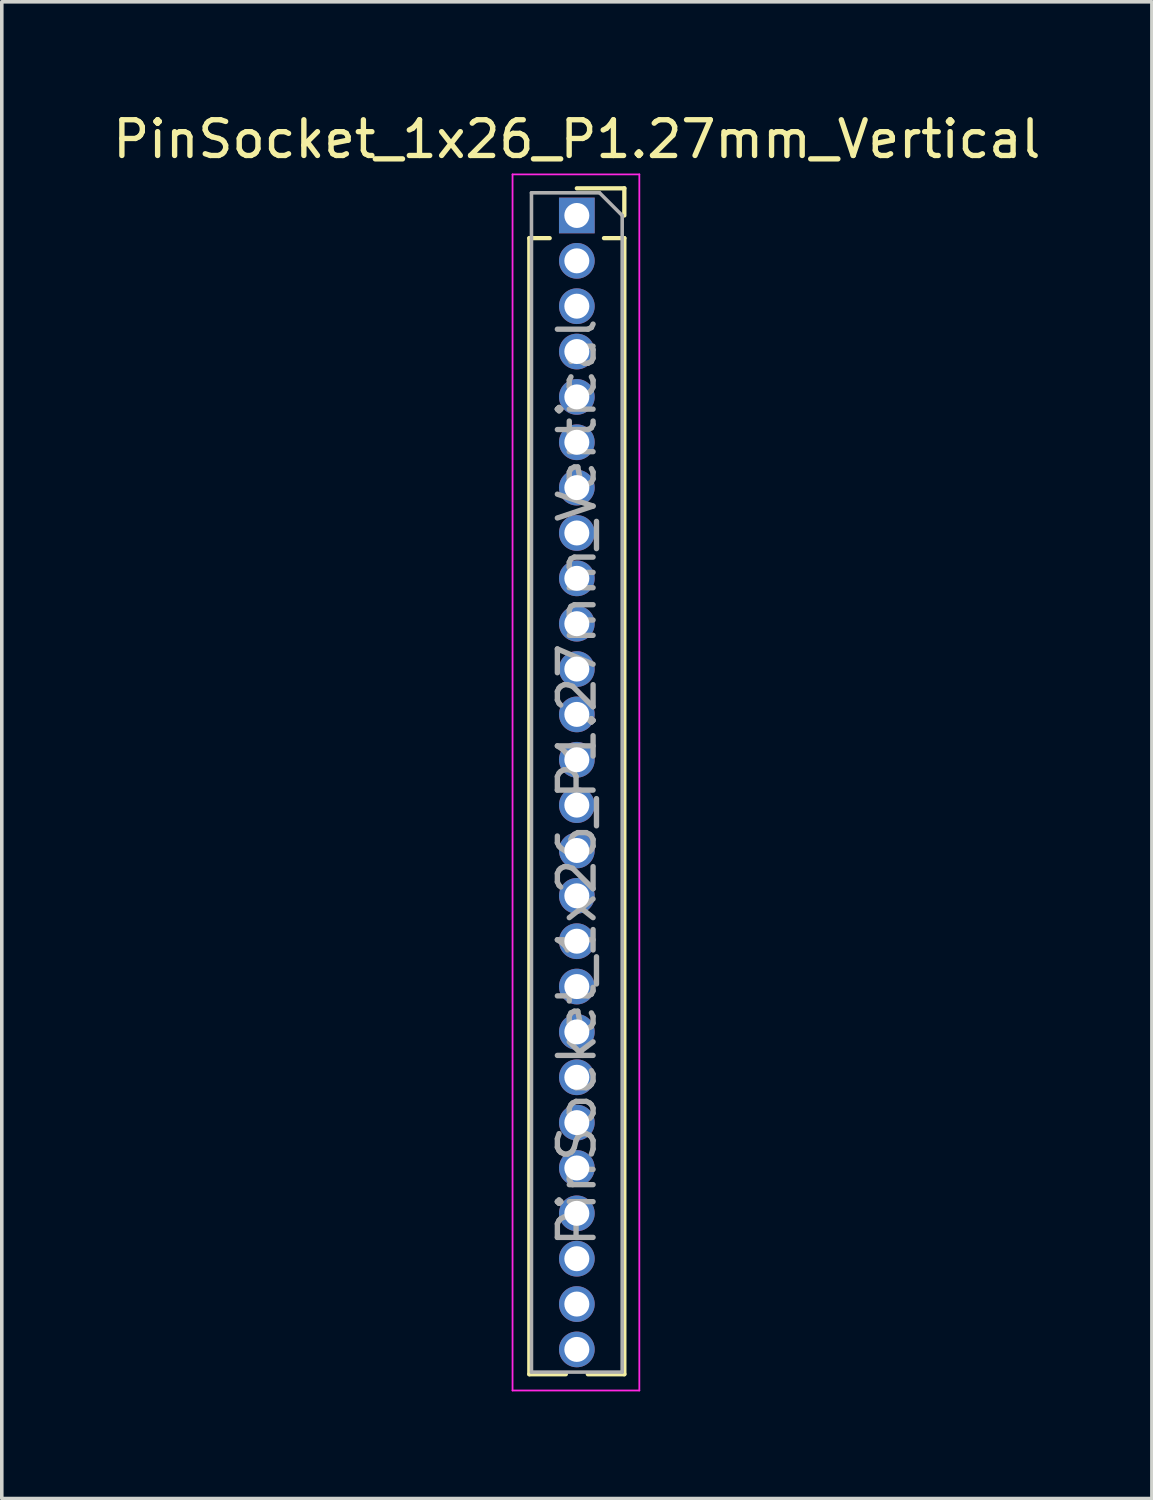
<source format=kicad_pcb>
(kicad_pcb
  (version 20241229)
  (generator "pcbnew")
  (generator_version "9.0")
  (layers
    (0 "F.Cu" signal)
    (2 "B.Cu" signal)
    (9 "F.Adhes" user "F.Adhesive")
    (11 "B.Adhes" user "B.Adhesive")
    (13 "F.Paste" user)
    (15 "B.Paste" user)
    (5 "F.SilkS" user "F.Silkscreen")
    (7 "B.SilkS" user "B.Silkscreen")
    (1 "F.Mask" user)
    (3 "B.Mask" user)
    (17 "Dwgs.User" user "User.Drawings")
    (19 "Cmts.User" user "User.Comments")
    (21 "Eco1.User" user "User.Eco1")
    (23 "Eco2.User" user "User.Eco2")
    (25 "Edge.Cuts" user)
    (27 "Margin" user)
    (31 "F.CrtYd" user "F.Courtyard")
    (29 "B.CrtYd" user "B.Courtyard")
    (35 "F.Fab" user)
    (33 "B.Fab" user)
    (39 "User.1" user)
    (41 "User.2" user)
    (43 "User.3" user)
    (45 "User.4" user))
  (footprint "PinSocket_1x26_P1.27mm_Vertical"
    (layer "F.Cu")
    (at 13.101 2.983)
    (property "Reference" "PinSocket_1x26_P1.27mm_Vertical" (at 0 -2.135 0) (layer "F.SilkS") (effects (font (size 1 1) (thickness 0.15))))
    (attr through_hole)
    (fp_line (start -1.33 0.635) (end -1.33 32.445) (stroke (width 0.12) (type solid)) (layer "F.SilkS"))
    (fp_line (start -1.33 0.635) (end -0.76 0.635) (stroke (width 0.12) (type solid)) (layer "F.SilkS"))
    (fp_line (start -1.33 32.445) (end -0.308 32.445) (stroke (width 0.12) (type solid)) (layer "F.SilkS"))
    (fp_line (start 0 -0.76) (end 1.33 -0.76) (stroke (width 0.12) (type solid)) (layer "F.SilkS"))
    (fp_line (start 0.308 32.445) (end 1.33 32.445) (stroke (width 0.12) (type solid)) (layer "F.SilkS"))
    (fp_line (start 0.76 0.635) (end 1.33 0.635) (stroke (width 0.12) (type solid)) (layer "F.SilkS"))
    (fp_line (start 1.33 -0.76) (end 1.33 0) (stroke (width 0.12) (type solid)) (layer "F.SilkS"))
    (fp_line (start 1.33 0.635) (end 1.33 32.445) (stroke (width 0.12) (type solid)) (layer "F.SilkS"))
    (fp_line (start -1.8 -1.15) (end 1.75 -1.15) (stroke (width 0.05) (type solid)) (layer "F.CrtYd"))
    (fp_line (start -1.8 32.9) (end -1.8 -1.15) (stroke (width 0.05) (type solid)) (layer "F.CrtYd"))
    (fp_line (start 1.75 -1.15) (end 1.75 32.9) (stroke (width 0.05) (type solid)) (layer "F.CrtYd"))
    (fp_line (start 1.75 32.9) (end -1.8 32.9) (stroke (width 0.05) (type solid)) (layer "F.CrtYd"))
    (fp_line (start -1.27 -0.635) (end 0.635 -0.635) (stroke (width 0.1) (type solid)) (layer "F.Fab"))
    (fp_line (start -1.27 32.385) (end -1.27 -0.635) (stroke (width 0.1) (type solid)) (layer "F.Fab"))
    (fp_line (start 0.635 -0.635) (end 1.27 0) (stroke (width 0.1) (type solid)) (layer "F.Fab"))
    (fp_line (start 1.27 0) (end 1.27 32.385) (stroke (width 0.1) (type solid)) (layer "F.Fab"))
    (fp_line (start 1.27 32.385) (end -1.27 32.385) (stroke (width 0.1) (type solid)) (layer "F.Fab"))
    (fp_text user "${REFERENCE}" (at 0 15.875 90) (layer "F.Fab") (effects (font (size 1 1) (thickness 0.15))))
    (pad "1" thru_hole rect (at 0 0) (size 1 1) (drill 0.7) (layers "*.Cu" "*.Mask"))
    (pad "2" thru_hole oval (at 0 1.27) (size 1 1) (drill 0.7) (layers "*.Cu" "*.Mask"))
    (pad "3" thru_hole oval (at 0 2.54) (size 1 1) (drill 0.7) (layers "*.Cu" "*.Mask"))
    (pad "4" thru_hole oval (at 0 3.81) (size 1 1) (drill 0.7) (layers "*.Cu" "*.Mask"))
    (pad "5" thru_hole oval (at 0 5.08) (size 1 1) (drill 0.7) (layers "*.Cu" "*.Mask"))
    (pad "6" thru_hole oval (at 0 6.35) (size 1 1) (drill 0.7) (layers "*.Cu" "*.Mask"))
    (pad "7" thru_hole oval (at 0 7.62) (size 1 1) (drill 0.7) (layers "*.Cu" "*.Mask"))
    (pad "8" thru_hole oval (at 0 8.89) (size 1 1) (drill 0.7) (layers "*.Cu" "*.Mask"))
    (pad "9" thru_hole oval (at 0 10.16) (size 1 1) (drill 0.7) (layers "*.Cu" "*.Mask"))
    (pad "10" thru_hole oval (at 0 11.43) (size 1 1) (drill 0.7) (layers "*.Cu" "*.Mask"))
    (pad "11" thru_hole oval (at 0 12.7) (size 1 1) (drill 0.7) (layers "*.Cu" "*.Mask"))
    (pad "12" thru_hole oval (at 0 13.97) (size 1 1) (drill 0.7) (layers "*.Cu" "*.Mask"))
    (pad "13" thru_hole oval (at 0 15.24) (size 1 1) (drill 0.7) (layers "*.Cu" "*.Mask"))
    (pad "14" thru_hole oval (at 0 16.51) (size 1 1) (drill 0.7) (layers "*.Cu" "*.Mask"))
    (pad "15" thru_hole oval (at 0 17.78) (size 1 1) (drill 0.7) (layers "*.Cu" "*.Mask"))
    (pad "16" thru_hole oval (at 0 19.05) (size 1 1) (drill 0.7) (layers "*.Cu" "*.Mask"))
    (pad "17" thru_hole oval (at 0 20.32) (size 1 1) (drill 0.7) (layers "*.Cu" "*.Mask"))
    (pad "18" thru_hole oval (at 0 21.59) (size 1 1) (drill 0.7) (layers "*.Cu" "*.Mask"))
    (pad "19" thru_hole oval (at 0 22.86) (size 1 1) (drill 0.7) (layers "*.Cu" "*.Mask"))
    (pad "20" thru_hole oval (at 0 24.13) (size 1 1) (drill 0.7) (layers "*.Cu" "*.Mask"))
    (pad "21" thru_hole oval (at 0 25.4) (size 1 1) (drill 0.7) (layers "*.Cu" "*.Mask"))
    (pad "22" thru_hole oval (at 0 26.67) (size 1 1) (drill 0.7) (layers "*.Cu" "*.Mask"))
    (pad "23" thru_hole oval (at 0 27.94) (size 1 1) (drill 0.7) (layers "*.Cu" "*.Mask"))
    (pad "24" thru_hole oval (at 0 29.21) (size 1 1) (drill 0.7) (layers "*.Cu" "*.Mask"))
    (pad "25" thru_hole oval (at 0 30.48) (size 1 1) (drill 0.7) (layers "*.Cu" "*.Mask"))
    (pad "26" thru_hole oval (at 0 31.75) (size 1 1) (drill 0.7) (layers "*.Cu" "*.Mask")))
  (gr_rect
    (start -3 -3)
    (end 29.202 38.908)
    (stroke (width 0.1) (type default))
    (fill no)
    (layer "Edge.Cuts")))
</source>
